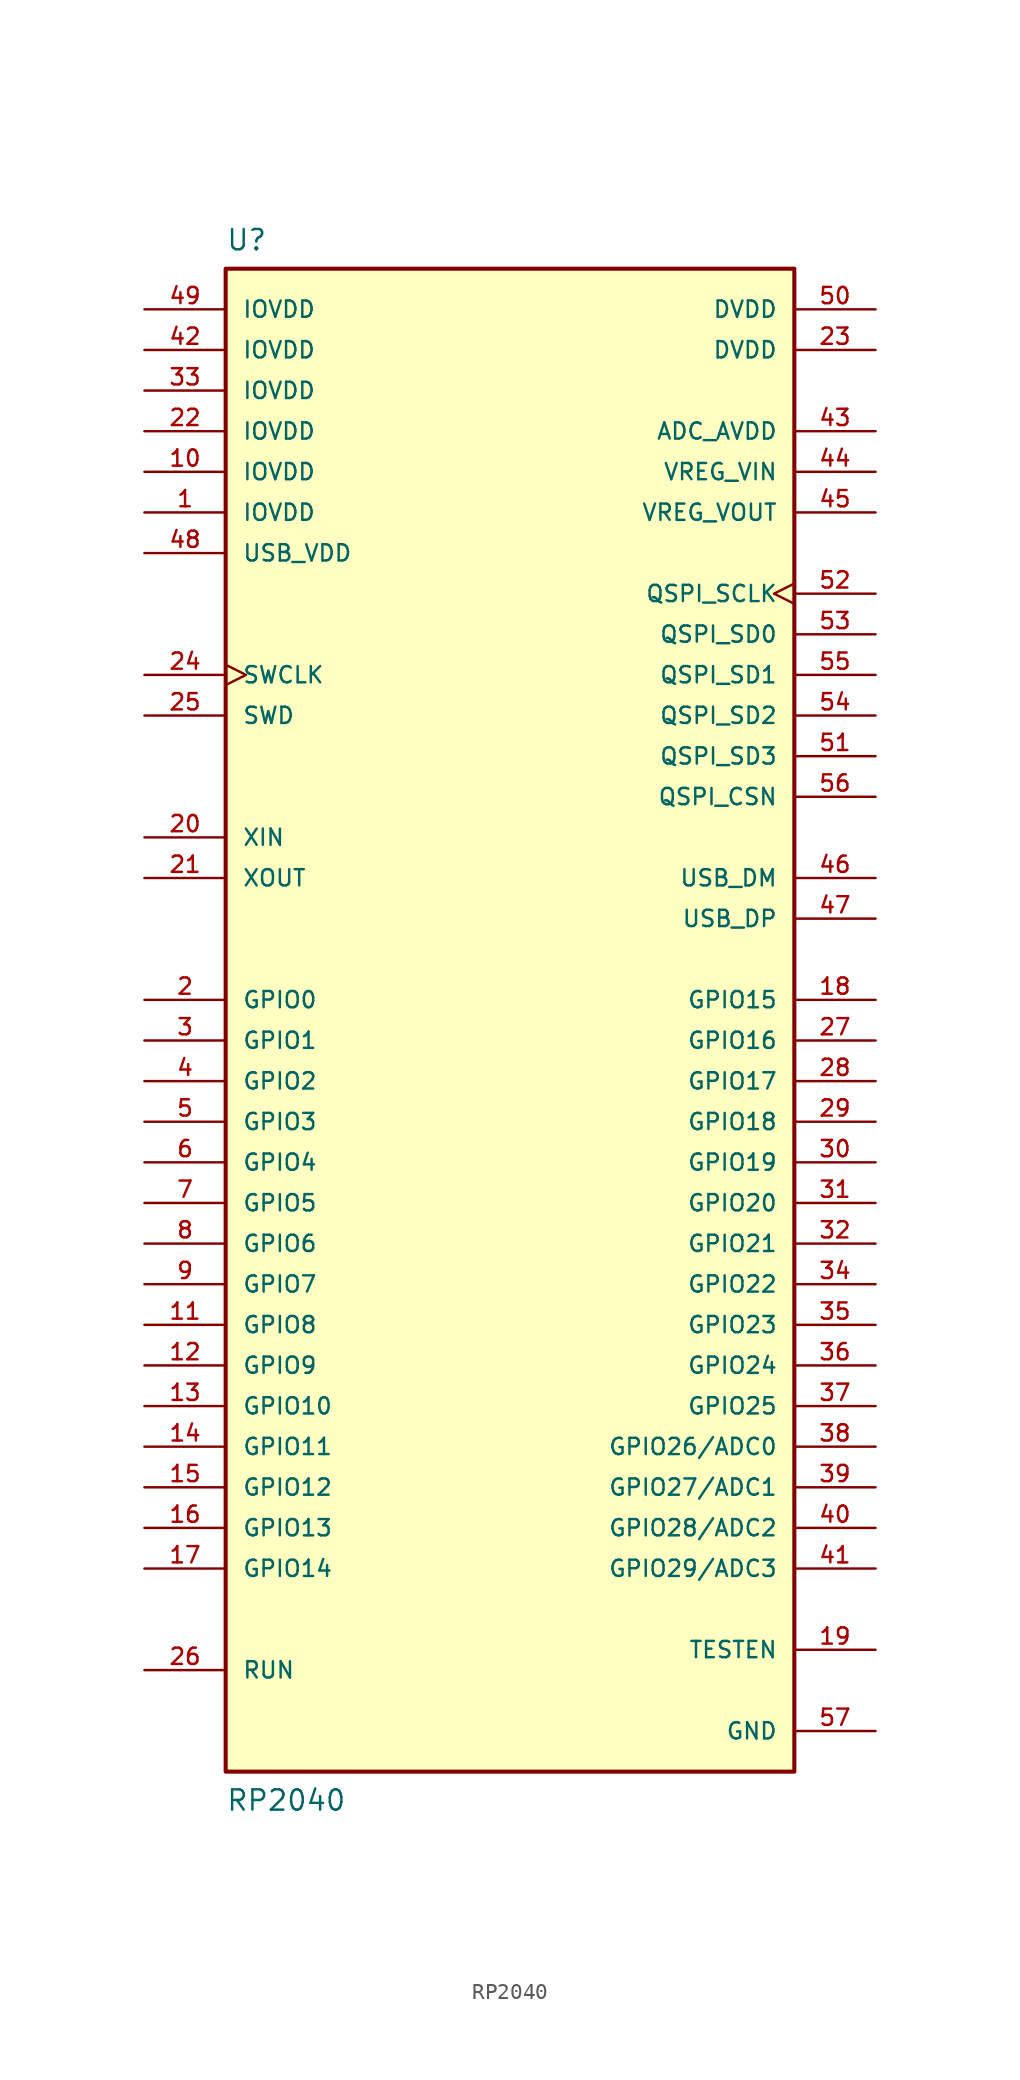
<source format=kicad_sym>
(kicad_symbol_lib
  (version 20231120)
  (generator "kicad_symbol_editor")
  (generator_version "8.0")
  (symbol "RP2040"
    (pin_names
      (offset 1.016))
    (property "Reference" "U"
      (at -17.78 50.8 0)
      (effects (font (size 1.27 1.27)) (justify left top)))
    (property "Value" "RP2040"
      (at -17.78 -48.26 0)
      (effects (font (size 1.27 1.27)) (justify left bottom)))
    (symbol "RP2040_0_0"
      (rectangle (start -17.78 -45.72) (end 17.78 48.26) (stroke (width 0.254) (type default)) (fill (type background)))
      (pin power_in line (at -22.86 33.02 0) (length 5.08) (name "IOVDD" (effects (font (size 1.016 1.016)))) (number "1" (effects (font (size 1.016 1.016)))))
      (pin power_in line (at -22.86 35.56 0) (length 5.08) (name "IOVDD" (effects (font (size 1.016 1.016)))) (number "10" (effects (font (size 1.016 1.016)))))
      (pin bidirectional line (at -22.86 -17.78 0) (length 5.08) (name "GPIO8" (effects (font (size 1.016 1.016)))) (number "11" (effects (font (size 1.016 1.016)))))
      (pin bidirectional line (at -22.86 -20.32 0) (length 5.08) (name "GPIO9" (effects (font (size 1.016 1.016)))) (number "12" (effects (font (size 1.016 1.016)))))
      (pin bidirectional line (at -22.86 -22.86 0) (length 5.08) (name "GPIO10" (effects (font (size 1.016 1.016)))) (number "13" (effects (font (size 1.016 1.016)))))
      (pin bidirectional line (at -22.86 -25.4 0) (length 5.08) (name "GPIO11" (effects (font (size 1.016 1.016)))) (number "14" (effects (font (size 1.016 1.016)))))
      (pin bidirectional line (at -22.86 -27.94 0) (length 5.08) (name "GPIO12" (effects (font (size 1.016 1.016)))) (number "15" (effects (font (size 1.016 1.016)))))
      (pin bidirectional line (at -22.86 -30.48 0) (length 5.08) (name "GPIO13" (effects (font (size 1.016 1.016)))) (number "16" (effects (font (size 1.016 1.016)))))
      (pin bidirectional line (at -22.86 -33.02 0) (length 5.08) (name "GPIO14" (effects (font (size 1.016 1.016)))) (number "17" (effects (font (size 1.016 1.016)))))
      (pin bidirectional line (at 22.86 2.54 180) (length 5.08) (name "GPIO15" (effects (font (size 1.016 1.016)))) (number "18" (effects (font (size 1.016 1.016)))))
      (pin passive line (at 22.86 -38.1 180) (length 5.08) (name "TESTEN" (effects (font (size 1.016 1.016)))) (number "19" (effects (font (size 1.016 1.016)))))
      (pin bidirectional line (at -22.86 2.54 0) (length 5.08) (name "GPIO0" (effects (font (size 1.016 1.016)))) (number "2" (effects (font (size 1.016 1.016)))))
      (pin input line (at -22.86 12.7 0) (length 5.08) (name "XIN" (effects (font (size 1.016 1.016)))) (number "20" (effects (font (size 1.016 1.016)))))
      (pin output line (at -22.86 10.16 0) (length 5.08) (name "XOUT" (effects (font (size 1.016 1.016)))) (number "21" (effects (font (size 1.016 1.016)))))
      (pin power_in line (at -22.86 38.1 0) (length 5.08) (name "IOVDD" (effects (font (size 1.016 1.016)))) (number "22" (effects (font (size 1.016 1.016)))))
      (pin power_in line (at 22.86 43.18 180) (length 5.08) (name "DVDD" (effects (font (size 1.016 1.016)))) (number "23" (effects (font (size 1.016 1.016)))))
      (pin input clock (at -22.86 22.86 0) (length 5.08) (name "SWCLK" (effects (font (size 1.016 1.016)))) (number "24" (effects (font (size 1.016 1.016)))))
      (pin bidirectional line (at -22.86 20.32 0) (length 5.08) (name "SWD" (effects (font (size 1.016 1.016)))) (number "25" (effects (font (size 1.016 1.016)))))
      (pin input line (at -22.86 -39.37 0) (length 5.08) (name "RUN" (effects (font (size 1.016 1.016)))) (number "26" (effects (font (size 1.016 1.016)))))
      (pin bidirectional line (at 22.86 0 180) (length 5.08) (name "GPIO16" (effects (font (size 1.016 1.016)))) (number "27" (effects (font (size 1.016 1.016)))))
      (pin bidirectional line (at 22.86 -2.54 180) (length 5.08) (name "GPIO17" (effects (font (size 1.016 1.016)))) (number "28" (effects (font (size 1.016 1.016)))))
      (pin bidirectional line (at 22.86 -5.08 180) (length 5.08) (name "GPIO18" (effects (font (size 1.016 1.016)))) (number "29" (effects (font (size 1.016 1.016)))))
      (pin bidirectional line (at -22.86 0 0) (length 5.08) (name "GPIO1" (effects (font (size 1.016 1.016)))) (number "3" (effects (font (size 1.016 1.016)))))
      (pin bidirectional line (at 22.86 -7.62 180) (length 5.08) (name "GPIO19" (effects (font (size 1.016 1.016)))) (number "30" (effects (font (size 1.016 1.016)))))
      (pin bidirectional line (at 22.86 -10.16 180) (length 5.08) (name "GPIO20" (effects (font (size 1.016 1.016)))) (number "31" (effects (font (size 1.016 1.016)))))
      (pin bidirectional line (at 22.86 -12.7 180) (length 5.08) (name "GPIO21" (effects (font (size 1.016 1.016)))) (number "32" (effects (font (size 1.016 1.016)))))
      (pin power_in line (at -22.86 40.64 0) (length 5.08) (name "IOVDD" (effects (font (size 1.016 1.016)))) (number "33" (effects (font (size 1.016 1.016)))))
      (pin bidirectional line (at 22.86 -15.24 180) (length 5.08) (name "GPIO22" (effects (font (size 1.016 1.016)))) (number "34" (effects (font (size 1.016 1.016)))))
      (pin bidirectional line (at 22.86 -17.78 180) (length 5.08) (name "GPIO23" (effects (font (size 1.016 1.016)))) (number "35" (effects (font (size 1.016 1.016)))))
      (pin bidirectional line (at 22.86 -20.32 180) (length 5.08) (name "GPIO24" (effects (font (size 1.016 1.016)))) (number "36" (effects (font (size 1.016 1.016)))))
      (pin bidirectional line (at 22.86 -22.86 180) (length 5.08) (name "GPIO25" (effects (font (size 1.016 1.016)))) (number "37" (effects (font (size 1.016 1.016)))))
      (pin bidirectional line (at 22.86 -25.4 180) (length 5.08) (name "GPIO26/ADC0" (effects (font (size 1.016 1.016)))) (number "38" (effects (font (size 1.016 1.016)))))
      (pin bidirectional line (at 22.86 -27.94 180) (length 5.08) (name "GPIO27/ADC1" (effects (font (size 1.016 1.016)))) (number "39" (effects (font (size 1.016 1.016)))))
      (pin bidirectional line (at -22.86 -2.54 0) (length 5.08) (name "GPIO2" (effects (font (size 1.016 1.016)))) (number "4" (effects (font (size 1.016 1.016)))))
      (pin bidirectional line (at 22.86 -30.48 180) (length 5.08) (name "GPIO28/ADC2" (effects (font (size 1.016 1.016)))) (number "40" (effects (font (size 1.016 1.016)))))
      (pin bidirectional line (at 22.86 -33.02 180) (length 5.08) (name "GPIO29/ADC3" (effects (font (size 1.016 1.016)))) (number "41" (effects (font (size 1.016 1.016)))))
      (pin power_in line (at -22.86 43.18 0) (length 5.08) (name "IOVDD" (effects (font (size 1.016 1.016)))) (number "42" (effects (font (size 1.016 1.016)))))
      (pin power_in line (at 22.86 38.1 180) (length 5.08) (name "ADC_AVDD" (effects (font (size 1.016 1.016)))) (number "43" (effects (font (size 1.016 1.016)))))
      (pin input line (at 22.86 35.56 180) (length 5.08) (name "VREG_VIN" (effects (font (size 1.016 1.016)))) (number "44" (effects (font (size 1.016 1.016)))))
      (pin output line (at 22.86 33.02 180) (length 5.08) (name "VREG_VOUT" (effects (font (size 1.016 1.016)))) (number "45" (effects (font (size 1.016 1.016)))))
      (pin bidirectional line (at 22.86 10.16 180) (length 5.08) (name "USB_DM" (effects (font (size 1.016 1.016)))) (number "46" (effects (font (size 1.016 1.016)))))
      (pin bidirectional line (at 22.86 7.62 180) (length 5.08) (name "USB_DP" (effects (font (size 1.016 1.016)))) (number "47" (effects (font (size 1.016 1.016)))))
      (pin power_in line (at -22.86 30.48 0) (length 5.08) (name "USB_VDD" (effects (font (size 1.016 1.016)))) (number "48" (effects (font (size 1.016 1.016)))))
      (pin power_in line (at -22.86 45.72 0) (length 5.08) (name "IOVDD" (effects (font (size 1.016 1.016)))) (number "49" (effects (font (size 1.016 1.016)))))
      (pin bidirectional line (at -22.86 -5.08 0) (length 5.08) (name "GPIO3" (effects (font (size 1.016 1.016)))) (number "5" (effects (font (size 1.016 1.016)))))
      (pin power_in line (at 22.86 45.72 180) (length 5.08) (name "DVDD" (effects (font (size 1.016 1.016)))) (number "50" (effects (font (size 1.016 1.016)))))
      (pin bidirectional line (at 22.86 17.78 180) (length 5.08) (name "QSPI_SD3" (effects (font (size 1.016 1.016)))) (number "51" (effects (font (size 1.016 1.016)))))
      (pin bidirectional clock (at 22.86 27.94 180) (length 5.08) (name "QSPI_SCLK" (effects (font (size 1.016 1.016)))) (number "52" (effects (font (size 1.016 1.016)))))
      (pin bidirectional line (at 22.86 25.4 180) (length 5.08) (name "QSPI_SD0" (effects (font (size 1.016 1.016)))) (number "53" (effects (font (size 1.016 1.016)))))
      (pin bidirectional line (at 22.86 20.32 180) (length 5.08) (name "QSPI_SD2" (effects (font (size 1.016 1.016)))) (number "54" (effects (font (size 1.016 1.016)))))
      (pin bidirectional line (at 22.86 22.86 180) (length 5.08) (name "QSPI_SD1" (effects (font (size 1.016 1.016)))) (number "55" (effects (font (size 1.016 1.016)))))
      (pin bidirectional line (at 22.86 15.24 180) (length 5.08) (name "QSPI_CSN" (effects (font (size 1.016 1.016)))) (number "56" (effects (font (size 1.016 1.016)))))
      (pin power_in line (at 22.86 -43.18 180) (length 5.08) (name "GND" (effects (font (size 1.016 1.016)))) (number "57" (effects (font (size 1.016 1.016)))))
      (pin bidirectional line (at -22.86 -7.62 0) (length 5.08) (name "GPIO4" (effects (font (size 1.016 1.016)))) (number "6" (effects (font (size 1.016 1.016)))))
      (pin bidirectional line (at -22.86 -10.16 0) (length 5.08) (name "GPIO5" (effects (font (size 1.016 1.016)))) (number "7" (effects (font (size 1.016 1.016)))))
      (pin bidirectional line (at -22.86 -12.7 0) (length 5.08) (name "GPIO6" (effects (font (size 1.016 1.016)))) (number "8" (effects (font (size 1.016 1.016)))))
      (pin bidirectional line (at -22.86 -15.24 0) (length 5.08) (name "GPIO7" (effects (font (size 1.016 1.016)))) (number "9" (effects (font (size 1.016 1.016))))))))
</source>
